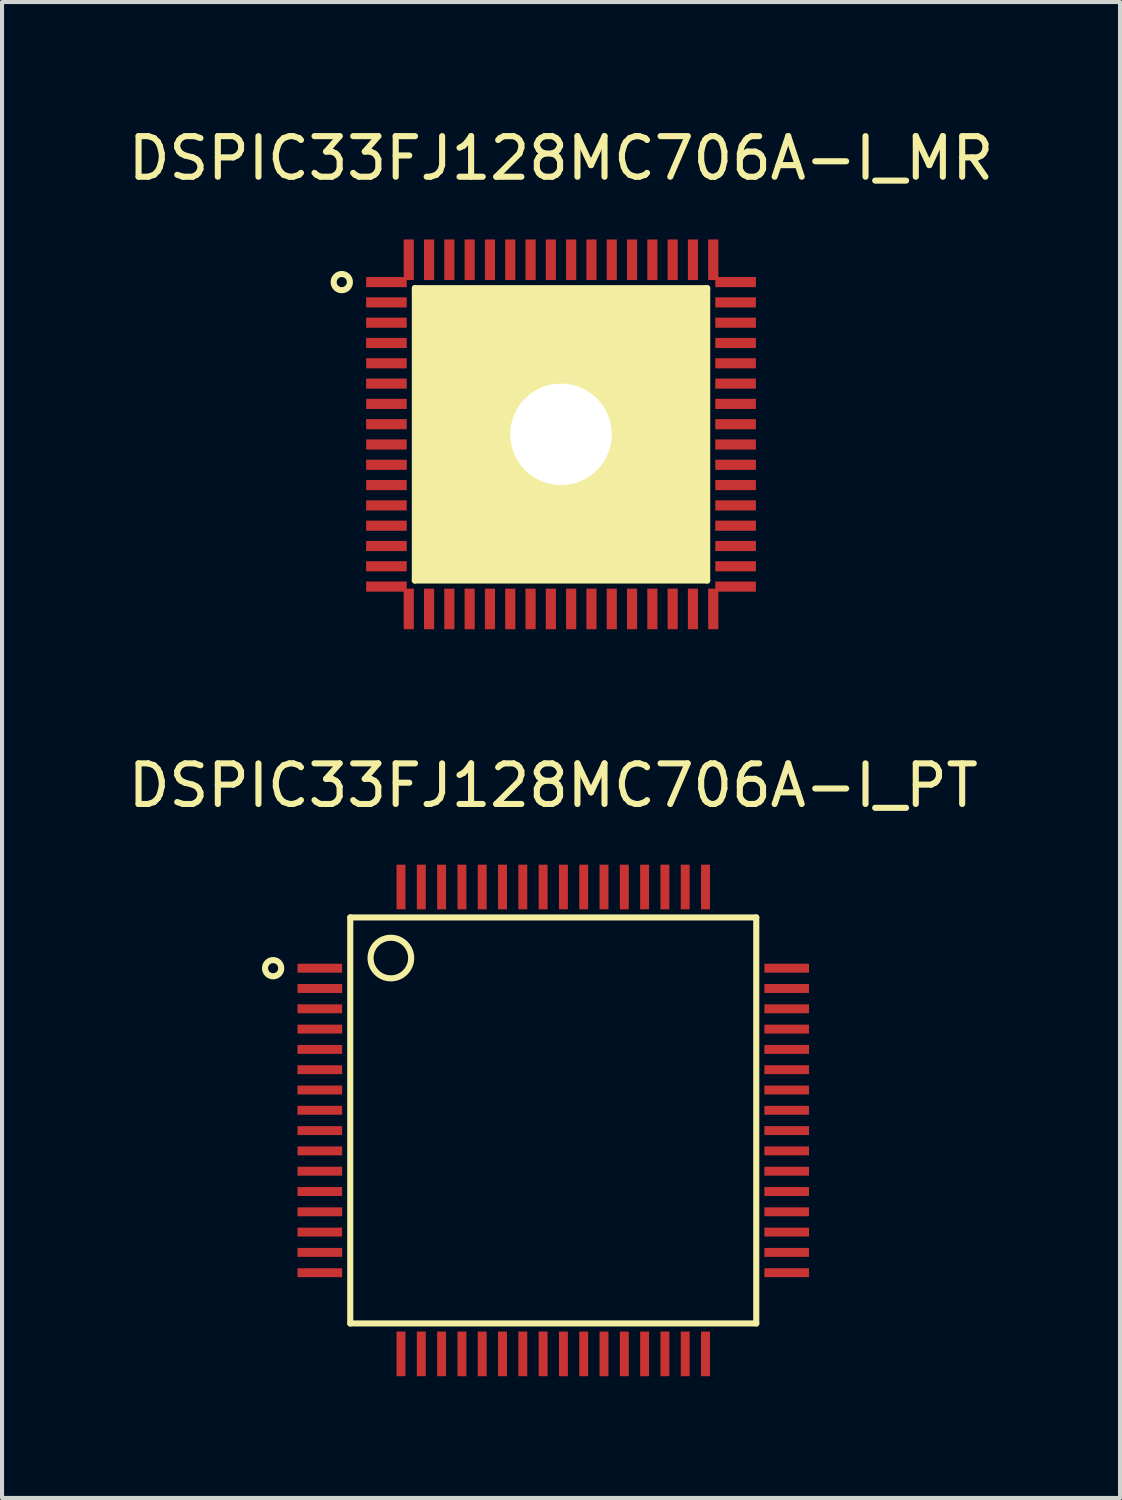
<source format=kicad_pcb>
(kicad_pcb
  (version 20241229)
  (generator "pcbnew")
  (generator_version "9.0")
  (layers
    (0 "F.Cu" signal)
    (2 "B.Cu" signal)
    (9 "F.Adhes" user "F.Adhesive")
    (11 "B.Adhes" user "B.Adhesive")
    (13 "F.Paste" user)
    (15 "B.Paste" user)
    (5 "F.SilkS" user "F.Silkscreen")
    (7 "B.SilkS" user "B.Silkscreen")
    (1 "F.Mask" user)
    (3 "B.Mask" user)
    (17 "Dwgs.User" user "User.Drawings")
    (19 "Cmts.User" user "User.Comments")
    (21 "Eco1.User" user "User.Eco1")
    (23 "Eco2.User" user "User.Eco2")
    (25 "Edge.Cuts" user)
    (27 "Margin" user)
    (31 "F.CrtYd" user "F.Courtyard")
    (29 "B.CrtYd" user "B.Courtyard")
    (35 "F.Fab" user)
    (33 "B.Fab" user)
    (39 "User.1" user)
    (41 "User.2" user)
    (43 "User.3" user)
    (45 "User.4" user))
  (footprint "DSPIC33FJ128MC706A-I_MR"
    (layer "F.Cu")
    (at 6.468 3.348)
    (property "Reference" "DSPIC33FJ128MC706A-I_MR" (at 4.3 -2.5 0) (layer "F.SilkS") (effects (font (size 1 1) (thickness 0.15))))
    (attr through_hole)
    (fp_line (start 0.7 0.7) (end 0.7 7.9) (stroke (width 0.15) (type solid)) (layer "F.SilkS"))
    (fp_line (start 0.7 0.7) (end 7.9 0.7) (stroke (width 0.15) (type solid)) (layer "F.SilkS"))
    (fp_line (start 0.7 7.9) (end 7.9 7.9) (stroke (width 0.15) (type solid)) (layer "F.SilkS"))
    (fp_line (start 7.9 7.9) (end 7.9 0.7) (stroke (width 0.15) (type solid)) (layer "F.SilkS"))
    (fp_circle (center -1.1 0.55) (end -1.1 0.35) (stroke (width 0.15) (type solid)) (fill no) (layer "F.SilkS"))
    (fp_circle (center 1.7 1.7) (end 1.7 1.2) (stroke (width 0.15) (type solid)) (fill no) (layer "F.SilkS"))
    (pad "1" smd rect (at 0 0.55) (size 1 0.25) (layers "F.Cu" "F.Mask" "F.Paste"))
    (pad "2" smd rect (at 0 1.05) (size 1 0.25) (layers "F.Cu" "F.Mask" "F.Paste"))
    (pad "3" smd rect (at 0 1.55) (size 1 0.25) (layers "F.Cu" "F.Mask" "F.Paste"))
    (pad "4" smd rect (at 0 2.05) (size 1 0.25) (layers "F.Cu" "F.Mask" "F.Paste"))
    (pad "5" smd rect (at 0 2.55) (size 1 0.25) (layers "F.Cu" "F.Mask" "F.Paste"))
    (pad "6" smd rect (at 0 3.05) (size 1 0.25) (layers "F.Cu" "F.Mask" "F.Paste"))
    (pad "7" smd rect (at 0 3.55) (size 1 0.25) (layers "F.Cu" "F.Mask" "F.Paste"))
    (pad "8" smd rect (at 0 4.05) (size 1 0.25) (layers "F.Cu" "F.Mask" "F.Paste"))
    (pad "9" smd rect (at 0 4.55) (size 1 0.25) (layers "F.Cu" "F.Mask" "F.Paste"))
    (pad "10" smd rect (at 0 5.05) (size 1 0.25) (layers "F.Cu" "F.Mask" "F.Paste"))
    (pad "11" smd rect (at 0 5.55) (size 1 0.25) (layers "F.Cu" "F.Mask" "F.Paste"))
    (pad "12" smd rect (at 0 6.05) (size 1 0.25) (layers "F.Cu" "F.Mask" "F.Paste"))
    (pad "13" smd rect (at 0 6.55) (size 1 0.25) (layers "F.Cu" "F.Mask" "F.Paste"))
    (pad "14" smd rect (at 0 7.05) (size 1 0.25) (layers "F.Cu" "F.Mask" "F.Paste"))
    (pad "15" smd rect (at 0 7.55) (size 1 0.25) (layers "F.Cu" "F.Mask" "F.Paste"))
    (pad "16" smd rect (at 0 8.05) (size 1 0.25) (layers "F.Cu" "F.Mask" "F.Paste"))
    (pad "17" smd rect (at 0.55 8.6) (size 0.25 1) (layers "F.Cu" "F.Mask" "F.Paste"))
    (pad "18" smd rect (at 1.05 8.6) (size 0.25 1) (layers "F.Cu" "F.Mask" "F.Paste"))
    (pad "19" smd rect (at 1.55 8.6) (size 0.25 1) (layers "F.Cu" "F.Mask" "F.Paste"))
    (pad "20" smd rect (at 2.05 8.6) (size 0.25 1) (layers "F.Cu" "F.Mask" "F.Paste"))
    (pad "21" smd rect (at 2.55 8.6) (size 0.25 1) (layers "F.Cu" "F.Mask" "F.Paste"))
    (pad "22" smd rect (at 3.05 8.6) (size 0.25 1) (layers "F.Cu" "F.Mask" "F.Paste"))
    (pad "23" smd rect (at 3.55 8.6) (size 0.25 1) (layers "F.Cu" "F.Mask" "F.Paste"))
    (pad "24" smd rect (at 4.05 8.6) (size 0.25 1) (layers "F.Cu" "F.Mask" "F.Paste"))
    (pad "25" smd rect (at 4.55 8.6) (size 0.25 1) (layers "F.Cu" "F.Mask" "F.Paste"))
    (pad "26" smd rect (at 5.05 8.6) (size 0.25 1) (layers "F.Cu" "F.Mask" "F.Paste"))
    (pad "27" smd rect (at 5.55 8.6) (size 0.25 1) (layers "F.Cu" "F.Mask" "F.Paste"))
    (pad "28" smd rect (at 6.05 8.6) (size 0.25 1) (layers "F.Cu" "F.Mask" "F.Paste"))
    (pad "29" smd rect (at 6.55 8.6) (size 0.25 1) (layers "F.Cu" "F.Mask" "F.Paste"))
    (pad "30" smd rect (at 7.05 8.6) (size 0.25 1) (layers "F.Cu" "F.Mask" "F.Paste"))
    (pad "31" smd rect (at 7.55 8.6) (size 0.25 1) (layers "F.Cu" "F.Mask" "F.Paste"))
    (pad "32" smd rect (at 8.05 8.6) (size 0.25 1) (layers "F.Cu" "F.Mask" "F.Paste"))
    (pad "33" smd rect (at 8.6 8.05) (size 1 0.25) (layers "F.Cu" "F.Mask" "F.Paste"))
    (pad "34" smd rect (at 8.6 7.55) (size 1 0.25) (layers "F.Cu" "F.Mask" "F.Paste"))
    (pad "35" smd rect (at 8.6 7.05) (size 1 0.25) (layers "F.Cu" "F.Mask" "F.Paste"))
    (pad "36" smd rect (at 8.6 6.55) (size 1 0.25) (layers "F.Cu" "F.Mask" "F.Paste"))
    (pad "37" smd rect (at 8.6 6.05) (size 1 0.25) (layers "F.Cu" "F.Mask" "F.Paste"))
    (pad "38" smd rect (at 8.6 5.55) (size 1 0.25) (layers "F.Cu" "F.Mask" "F.Paste"))
    (pad "39" smd rect (at 8.6 5.05) (size 1 0.25) (layers "F.Cu" "F.Mask" "F.Paste"))
    (pad "40" smd rect (at 8.6 4.55) (size 1 0.25) (layers "F.Cu" "F.Mask" "F.Paste"))
    (pad "41" smd rect (at 8.6 4.05) (size 1 0.25) (layers "F.Cu" "F.Mask" "F.Paste"))
    (pad "42" smd rect (at 8.6 3.55) (size 1 0.25) (layers "F.Cu" "F.Mask" "F.Paste"))
    (pad "43" smd rect (at 8.6 3.05) (size 1 0.25) (layers "F.Cu" "F.Mask" "F.Paste"))
    (pad "44" smd rect (at 8.6 2.55) (size 1 0.25) (layers "F.Cu" "F.Mask" "F.Paste"))
    (pad "45" smd rect (at 8.6 2.05) (size 1 0.25) (layers "F.Cu" "F.Mask" "F.Paste"))
    (pad "46" smd rect (at 8.6 1.55) (size 1 0.25) (layers "F.Cu" "F.Mask" "F.Paste"))
    (pad "47" smd rect (at 8.6 1.05) (size 1 0.25) (layers "F.Cu" "F.Mask" "F.Paste"))
    (pad "48" smd rect (at 8.6 0.55) (size 1 0.25) (layers "F.Cu" "F.Mask" "F.Paste"))
    (pad "49" smd rect (at 8.05 0) (size 0.25 1) (layers "F.Cu" "F.Mask" "F.Paste"))
    (pad "50" smd rect (at 7.55 0) (size 0.25 1) (layers "F.Cu" "F.Mask" "F.Paste"))
    (pad "51" smd rect (at 7.05 0) (size 0.25 1) (layers "F.Cu" "F.Mask" "F.Paste"))
    (pad "52" smd rect (at 6.55 0) (size 0.25 1) (layers "F.Cu" "F.Mask" "F.Paste"))
    (pad "53" smd rect (at 6.05 0) (size 0.25 1) (layers "F.Cu" "F.Mask" "F.Paste"))
    (pad "54" smd rect (at 5.55 0) (size 0.25 1) (layers "F.Cu" "F.Mask" "F.Paste"))
    (pad "55" smd rect (at 5.05 0) (size 0.25 1) (layers "F.Cu" "F.Mask" "F.Paste"))
    (pad "56" smd rect (at 4.55 0) (size 0.25 1) (layers "F.Cu" "F.Mask" "F.Paste"))
    (pad "57" smd rect (at 4.05 0) (size 0.25 1) (layers "F.Cu" "F.Mask" "F.Paste"))
    (pad "58" smd rect (at 3.55 0) (size 0.25 1) (layers "F.Cu" "F.Mask" "F.Paste"))
    (pad "59" smd rect (at 3.05 0) (size 0.25 1) (layers "F.Cu" "F.Mask" "F.Paste"))
    (pad "60" smd rect (at 2.55 0) (size 0.25 1) (layers "F.Cu" "F.Mask" "F.Paste"))
    (pad "61" smd rect (at 2.05 0) (size 0.25 1) (layers "F.Cu" "F.Mask" "F.Paste"))
    (pad "62" smd rect (at 1.55 0) (size 0.25 1) (layers "F.Cu" "F.Mask" "F.Paste"))
    (pad "63" smd rect (at 1.05 0) (size 0.25 1) (layers "F.Cu" "F.Mask" "F.Paste"))
    (pad "64" smd rect (at 0.55 0) (size 0.25 1) (layers "F.Cu" "F.Mask" "F.Paste"))
    (pad "999" thru_hole rect (at 4.3 4.3) (size 7.15 7.15) (drill 2.5) (layers "*.Cu" "*.Mask" "F.SilkS")))
  (footprint "DSPIC33FJ128MC706A-I_PT"
    (layer "F.Cu")
    (at 4.827 18.797)
    (property "Reference" "DSPIC33FJ128MC706A-I_PT" (at 5.75 -2.5 0) (layer "F.SilkS") (effects (font (size 1 1) (thickness 0.15))))
    (attr through_hole)
    (fp_line (start 0.75 0.75) (end 0.75 10.75) (stroke (width 0.15) (type solid)) (layer "F.SilkS"))
    (fp_line (start 0.75 0.75) (end 10.75 0.75) (stroke (width 0.15) (type solid)) (layer "F.SilkS"))
    (fp_line (start 0.75 10.75) (end 10.75 10.75) (stroke (width 0.15) (type solid)) (layer "F.SilkS"))
    (fp_line (start 10.75 10.75) (end 10.75 0.75) (stroke (width 0.15) (type solid)) (layer "F.SilkS"))
    (fp_circle (center -1.15 2) (end -1.15 1.8) (stroke (width 0.15) (type solid)) (fill no) (layer "F.SilkS"))
    (fp_circle (center 1.75 1.75) (end 1.75 1.25) (stroke (width 0.15) (type solid)) (fill no) (layer "F.SilkS"))
    (pad "1" smd rect (at 0 2) (size 1.1 0.22) (layers "F.Cu" "F.Mask" "F.Paste"))
    (pad "2" smd rect (at 0 2.5) (size 1.1 0.22) (layers "F.Cu" "F.Mask" "F.Paste"))
    (pad "3" smd rect (at 0 3) (size 1.1 0.22) (layers "F.Cu" "F.Mask" "F.Paste"))
    (pad "4" smd rect (at 0 3.5) (size 1.1 0.22) (layers "F.Cu" "F.Mask" "F.Paste"))
    (pad "5" smd rect (at 0 4) (size 1.1 0.22) (layers "F.Cu" "F.Mask" "F.Paste"))
    (pad "6" smd rect (at 0 4.5) (size 1.1 0.22) (layers "F.Cu" "F.Mask" "F.Paste"))
    (pad "7" smd rect (at 0 5) (size 1.1 0.22) (layers "F.Cu" "F.Mask" "F.Paste"))
    (pad "8" smd rect (at 0 5.5) (size 1.1 0.22) (layers "F.Cu" "F.Mask" "F.Paste"))
    (pad "9" smd rect (at 0 6) (size 1.1 0.22) (layers "F.Cu" "F.Mask" "F.Paste"))
    (pad "10" smd rect (at 0 6.5) (size 1.1 0.22) (layers "F.Cu" "F.Mask" "F.Paste"))
    (pad "11" smd rect (at 0 7) (size 1.1 0.22) (layers "F.Cu" "F.Mask" "F.Paste"))
    (pad "12" smd rect (at 0 7.5) (size 1.1 0.22) (layers "F.Cu" "F.Mask" "F.Paste"))
    (pad "13" smd rect (at 0 8) (size 1.1 0.22) (layers "F.Cu" "F.Mask" "F.Paste"))
    (pad "14" smd rect (at 0 8.5) (size 1.1 0.22) (layers "F.Cu" "F.Mask" "F.Paste"))
    (pad "15" smd rect (at 0 9) (size 1.1 0.22) (layers "F.Cu" "F.Mask" "F.Paste"))
    (pad "16" smd rect (at 0 9.5) (size 1.1 0.22) (layers "F.Cu" "F.Mask" "F.Paste"))
    (pad "17" smd rect (at 2 11.5) (size 0.22 1.1) (layers "F.Cu" "F.Mask" "F.Paste"))
    (pad "18" smd rect (at 2.5 11.5) (size 0.22 1.1) (layers "F.Cu" "F.Mask" "F.Paste"))
    (pad "19" smd rect (at 3 11.5) (size 0.22 1.1) (layers "F.Cu" "F.Mask" "F.Paste"))
    (pad "20" smd rect (at 3.5 11.5) (size 0.22 1.1) (layers "F.Cu" "F.Mask" "F.Paste"))
    (pad "21" smd rect (at 4 11.5) (size 0.22 1.1) (layers "F.Cu" "F.Mask" "F.Paste"))
    (pad "22" smd rect (at 4.5 11.5) (size 0.22 1.1) (layers "F.Cu" "F.Mask" "F.Paste"))
    (pad "23" smd rect (at 5 11.5) (size 0.22 1.1) (layers "F.Cu" "F.Mask" "F.Paste"))
    (pad "24" smd rect (at 5.5 11.5) (size 0.22 1.1) (layers "F.Cu" "F.Mask" "F.Paste"))
    (pad "25" smd rect (at 6 11.5) (size 0.22 1.1) (layers "F.Cu" "F.Mask" "F.Paste"))
    (pad "26" smd rect (at 6.5 11.5) (size 0.22 1.1) (layers "F.Cu" "F.Mask" "F.Paste"))
    (pad "27" smd rect (at 7 11.5) (size 0.22 1.1) (layers "F.Cu" "F.Mask" "F.Paste"))
    (pad "28" smd rect (at 7.5 11.5) (size 0.22 1.1) (layers "F.Cu" "F.Mask" "F.Paste"))
    (pad "29" smd rect (at 8 11.5) (size 0.22 1.1) (layers "F.Cu" "F.Mask" "F.Paste"))
    (pad "30" smd rect (at 8.5 11.5) (size 0.22 1.1) (layers "F.Cu" "F.Mask" "F.Paste"))
    (pad "31" smd rect (at 9 11.5) (size 0.22 1.1) (layers "F.Cu" "F.Mask" "F.Paste"))
    (pad "32" smd rect (at 9.5 11.5) (size 0.22 1.1) (layers "F.Cu" "F.Mask" "F.Paste"))
    (pad "33" smd rect (at 11.5 9.5) (size 1.1 0.22) (layers "F.Cu" "F.Mask" "F.Paste"))
    (pad "34" smd rect (at 11.5 9) (size 1.1 0.22) (layers "F.Cu" "F.Mask" "F.Paste"))
    (pad "35" smd rect (at 11.5 8.5) (size 1.1 0.22) (layers "F.Cu" "F.Mask" "F.Paste"))
    (pad "36" smd rect (at 11.5 8) (size 1.1 0.22) (layers "F.Cu" "F.Mask" "F.Paste"))
    (pad "37" smd rect (at 11.5 7.5) (size 1.1 0.22) (layers "F.Cu" "F.Mask" "F.Paste"))
    (pad "38" smd rect (at 11.5 7) (size 1.1 0.22) (layers "F.Cu" "F.Mask" "F.Paste"))
    (pad "39" smd rect (at 11.5 6.5) (size 1.1 0.22) (layers "F.Cu" "F.Mask" "F.Paste"))
    (pad "40" smd rect (at 11.5 6) (size 1.1 0.22) (layers "F.Cu" "F.Mask" "F.Paste"))
    (pad "41" smd rect (at 11.5 5.5) (size 1.1 0.22) (layers "F.Cu" "F.Mask" "F.Paste"))
    (pad "42" smd rect (at 11.5 5) (size 1.1 0.22) (layers "F.Cu" "F.Mask" "F.Paste"))
    (pad "43" smd rect (at 11.5 4.5) (size 1.1 0.22) (layers "F.Cu" "F.Mask" "F.Paste"))
    (pad "44" smd rect (at 11.5 4) (size 1.1 0.22) (layers "F.Cu" "F.Mask" "F.Paste"))
    (pad "45" smd rect (at 11.5 3.5) (size 1.1 0.22) (layers "F.Cu" "F.Mask" "F.Paste"))
    (pad "46" smd rect (at 11.5 3) (size 1.1 0.22) (layers "F.Cu" "F.Mask" "F.Paste"))
    (pad "47" smd rect (at 11.5 2.5) (size 1.1 0.22) (layers "F.Cu" "F.Mask" "F.Paste"))
    (pad "48" smd rect (at 11.5 2) (size 1.1 0.22) (layers "F.Cu" "F.Mask" "F.Paste"))
    (pad "49" smd rect (at 9.5 0) (size 0.22 1.1) (layers "F.Cu" "F.Mask" "F.Paste"))
    (pad "50" smd rect (at 9 0) (size 0.22 1.1) (layers "F.Cu" "F.Mask" "F.Paste"))
    (pad "51" smd rect (at 8.5 0) (size 0.22 1.1) (layers "F.Cu" "F.Mask" "F.Paste"))
    (pad "52" smd rect (at 8 0) (size 0.22 1.1) (layers "F.Cu" "F.Mask" "F.Paste"))
    (pad "53" smd rect (at 7.5 0) (size 0.22 1.1) (layers "F.Cu" "F.Mask" "F.Paste"))
    (pad "54" smd rect (at 7 0) (size 0.22 1.1) (layers "F.Cu" "F.Mask" "F.Paste"))
    (pad "55" smd rect (at 6.5 0) (size 0.22 1.1) (layers "F.Cu" "F.Mask" "F.Paste"))
    (pad "56" smd rect (at 6 0) (size 0.22 1.1) (layers "F.Cu" "F.Mask" "F.Paste"))
    (pad "57" smd rect (at 5.5 0) (size 0.22 1.1) (layers "F.Cu" "F.Mask" "F.Paste"))
    (pad "58" smd rect (at 5 0) (size 0.22 1.1) (layers "F.Cu" "F.Mask" "F.Paste"))
    (pad "59" smd rect (at 4.5 0) (size 0.22 1.1) (layers "F.Cu" "F.Mask" "F.Paste"))
    (pad "60" smd rect (at 4 0) (size 0.22 1.1) (layers "F.Cu" "F.Mask" "F.Paste"))
    (pad "61" smd rect (at 3.5 0) (size 0.22 1.1) (layers "F.Cu" "F.Mask" "F.Paste"))
    (pad "62" smd rect (at 3 0) (size 0.22 1.1) (layers "F.Cu" "F.Mask" "F.Paste"))
    (pad "63" smd rect (at 2.5 0) (size 0.22 1.1) (layers "F.Cu" "F.Mask" "F.Paste"))
    (pad "64" smd rect (at 2 0) (size 0.22 1.1) (layers "F.Cu" "F.Mask" "F.Paste")))
  (gr_rect
    (start -3 -3)
    (end 24.536 33.846)
    (stroke (width 0.1) (type default))
    (fill no)
    (layer "Edge.Cuts")))
</source>
